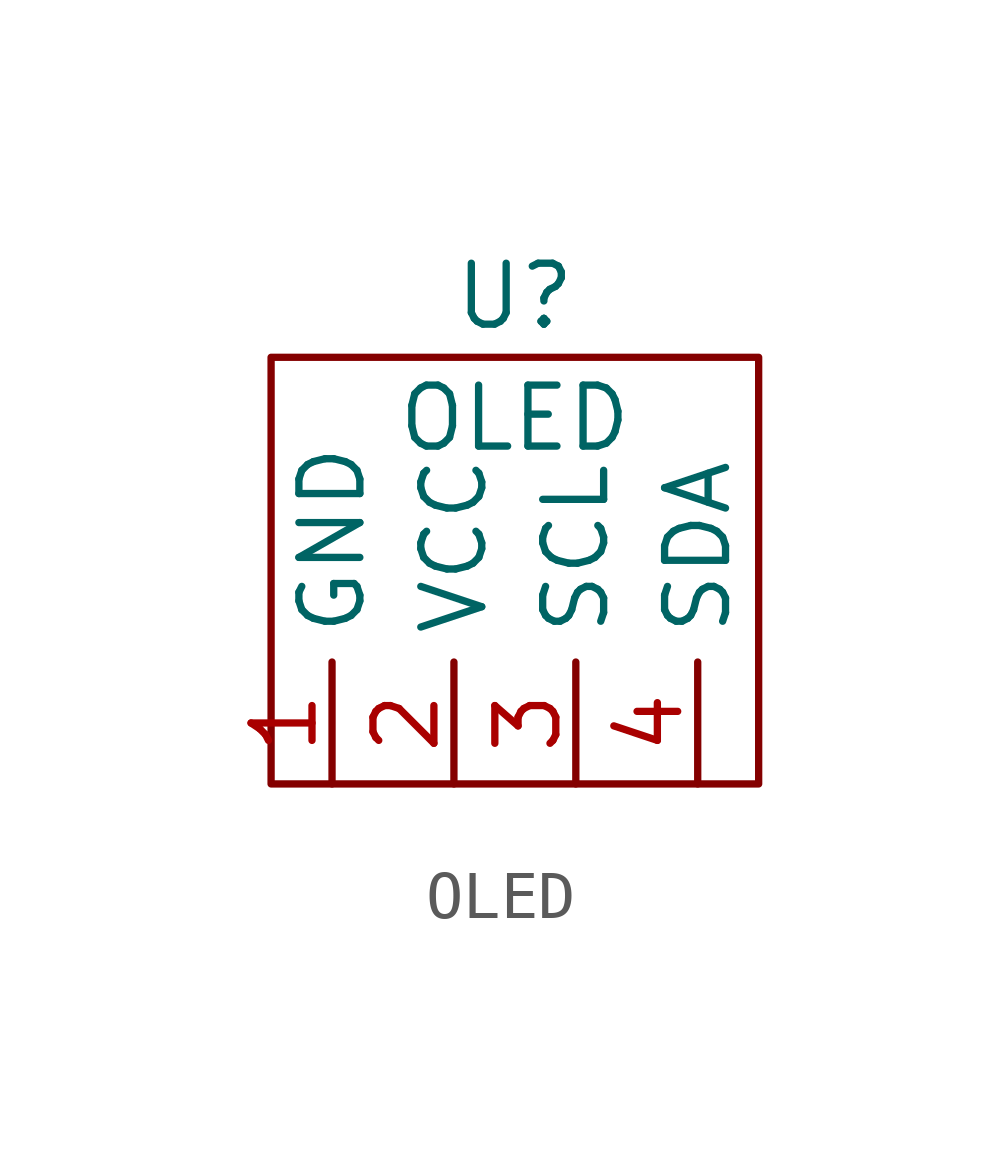
<source format=kicad_sym>
(kicad_symbol_lib
  (version 20211014)
  (generator kicad_symbol_editor)
  (symbol "OLED"
    (property "Reference" "U"
      (at 0 6.35 0)
      (effects (font (size 1.27 1.27))))
    (property "Value" "OLED"
      (at 0 3.81 0)
      (effects (font (size 1.27 1.27))))
    (symbol "OLED_0_1"
      (rectangle (start -5.08 5.08) (end 5.08 -3.81) (stroke (width 0) (type default) (color 0 0 0 0)) (fill (type none))))
    (symbol "OLED_1_1"
      (pin bidirectional line (at -3.81 -3.81 90) (length 2.54) (name "GND" (effects (font (size 1.27 1.27)))) (number "1" (effects (font (size 1.27 1.27)))))
      (pin bidirectional line (at -1.27 -3.81 90) (length 2.54) (name "VCC" (effects (font (size 1.27 1.27)))) (number "2" (effects (font (size 1.27 1.27)))))
      (pin bidirectional line (at 1.27 -3.81 90) (length 2.54) (name "SCL" (effects (font (size 1.27 1.27)))) (number "3" (effects (font (size 1.27 1.27)))))
      (pin bidirectional line (at 3.81 -3.81 90) (length 2.54) (name "SDA" (effects (font (size 1.27 1.27)))) (number "4" (effects (font (size 1.27 1.27))))))))
</source>
